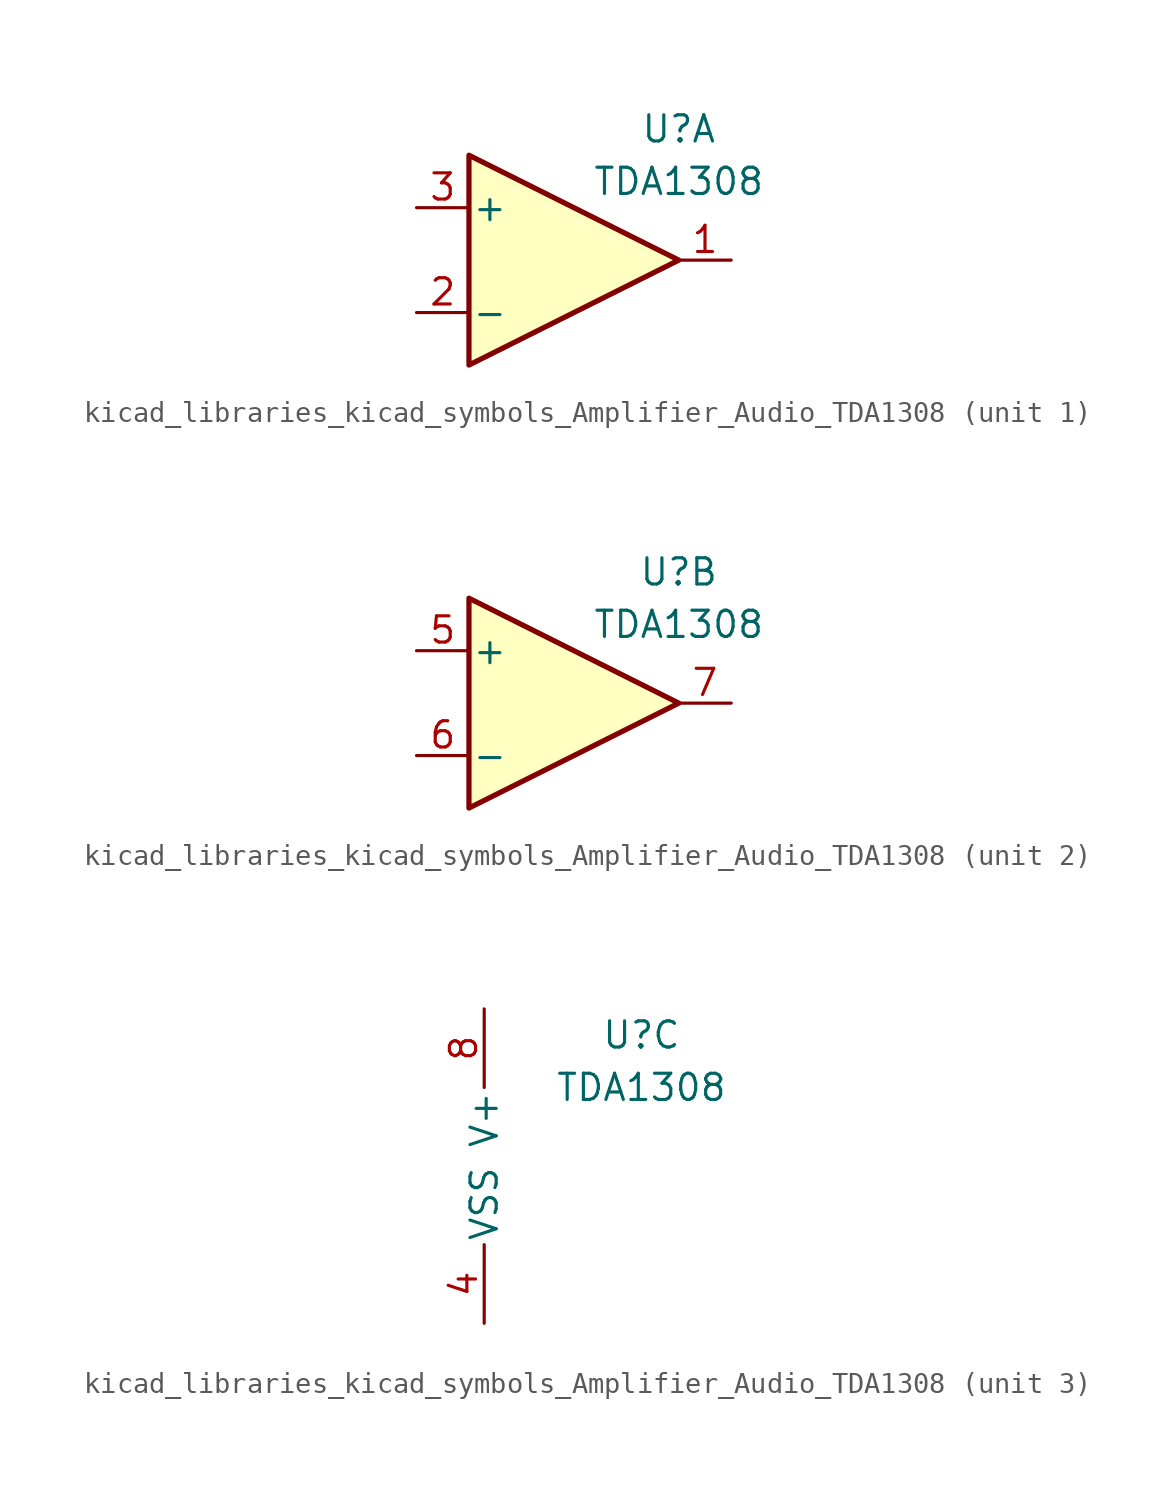
<source format=kicad_sym>
(kicad_symbol_lib
  (version 20220914)
  (generator kicad_symbol_editor)
  (symbol "kicad_libraries_kicad_symbols_Amplifier_Audio_TDA1308"
    (pin_names
      (offset 0.127))
    (property "Reference" "U"
      (at 5.08 6.35 0)
      (effects (font (size 1.27 1.27))))
    (property "Value" "TDA1308"
      (at 5.08 3.81 0)
      (effects (font (size 1.27 1.27))))
    (property "ki_locked" ""
      (at 0 0 0)
      (effects (font (size 1.27 1.27))))
    (symbol "kicad_libraries_kicad_symbols_Amplifier_Audio_TDA1308_1_1"
      (polyline (pts (xy -5.08 5.08) (xy 5.08 0) (xy -5.08 -5.08) (xy -5.08 5.08)) (stroke (width 0.254) (type default)) (fill (type background)))
      (pin output line (at 7.62 0 180) (length 2.54) (name "~" (effects (font (size 1.27 1.27)))) (number "1" (effects (font (size 1.27 1.27)))))
      (pin input line (at -7.62 -2.54 0) (length 2.54) (name "-" (effects (font (size 1.27 1.27)))) (number "2" (effects (font (size 1.27 1.27)))))
      (pin input line (at -7.62 2.54 0) (length 2.54) (name "+" (effects (font (size 1.27 1.27)))) (number "3" (effects (font (size 1.27 1.27))))))
    (symbol "kicad_libraries_kicad_symbols_Amplifier_Audio_TDA1308_2_1"
      (polyline (pts (xy -5.08 5.08) (xy 5.08 0) (xy -5.08 -5.08) (xy -5.08 5.08)) (stroke (width 0.254) (type default)) (fill (type background)))
      (pin input line (at -7.62 2.54 0) (length 2.54) (name "+" (effects (font (size 1.27 1.27)))) (number "5" (effects (font (size 1.27 1.27)))))
      (pin input line (at -7.62 -2.54 0) (length 2.54) (name "-" (effects (font (size 1.27 1.27)))) (number "6" (effects (font (size 1.27 1.27)))))
      (pin output line (at 7.62 0 180) (length 2.54) (name "~" (effects (font (size 1.27 1.27)))) (number "7" (effects (font (size 1.27 1.27))))))
    (symbol "kicad_libraries_kicad_symbols_Amplifier_Audio_TDA1308_3_1"
      (pin power_in line (at -2.54 -7.62 90) (length 3.81) (name "VSS" (effects (font (size 1.27 1.27)))) (number "4" (effects (font (size 1.27 1.27)))))
      (pin power_in line (at -2.54 7.62 270) (length 3.81) (name "V+" (effects (font (size 1.27 1.27)))) (number "8" (effects (font (size 1.27 1.27))))))))
</source>
